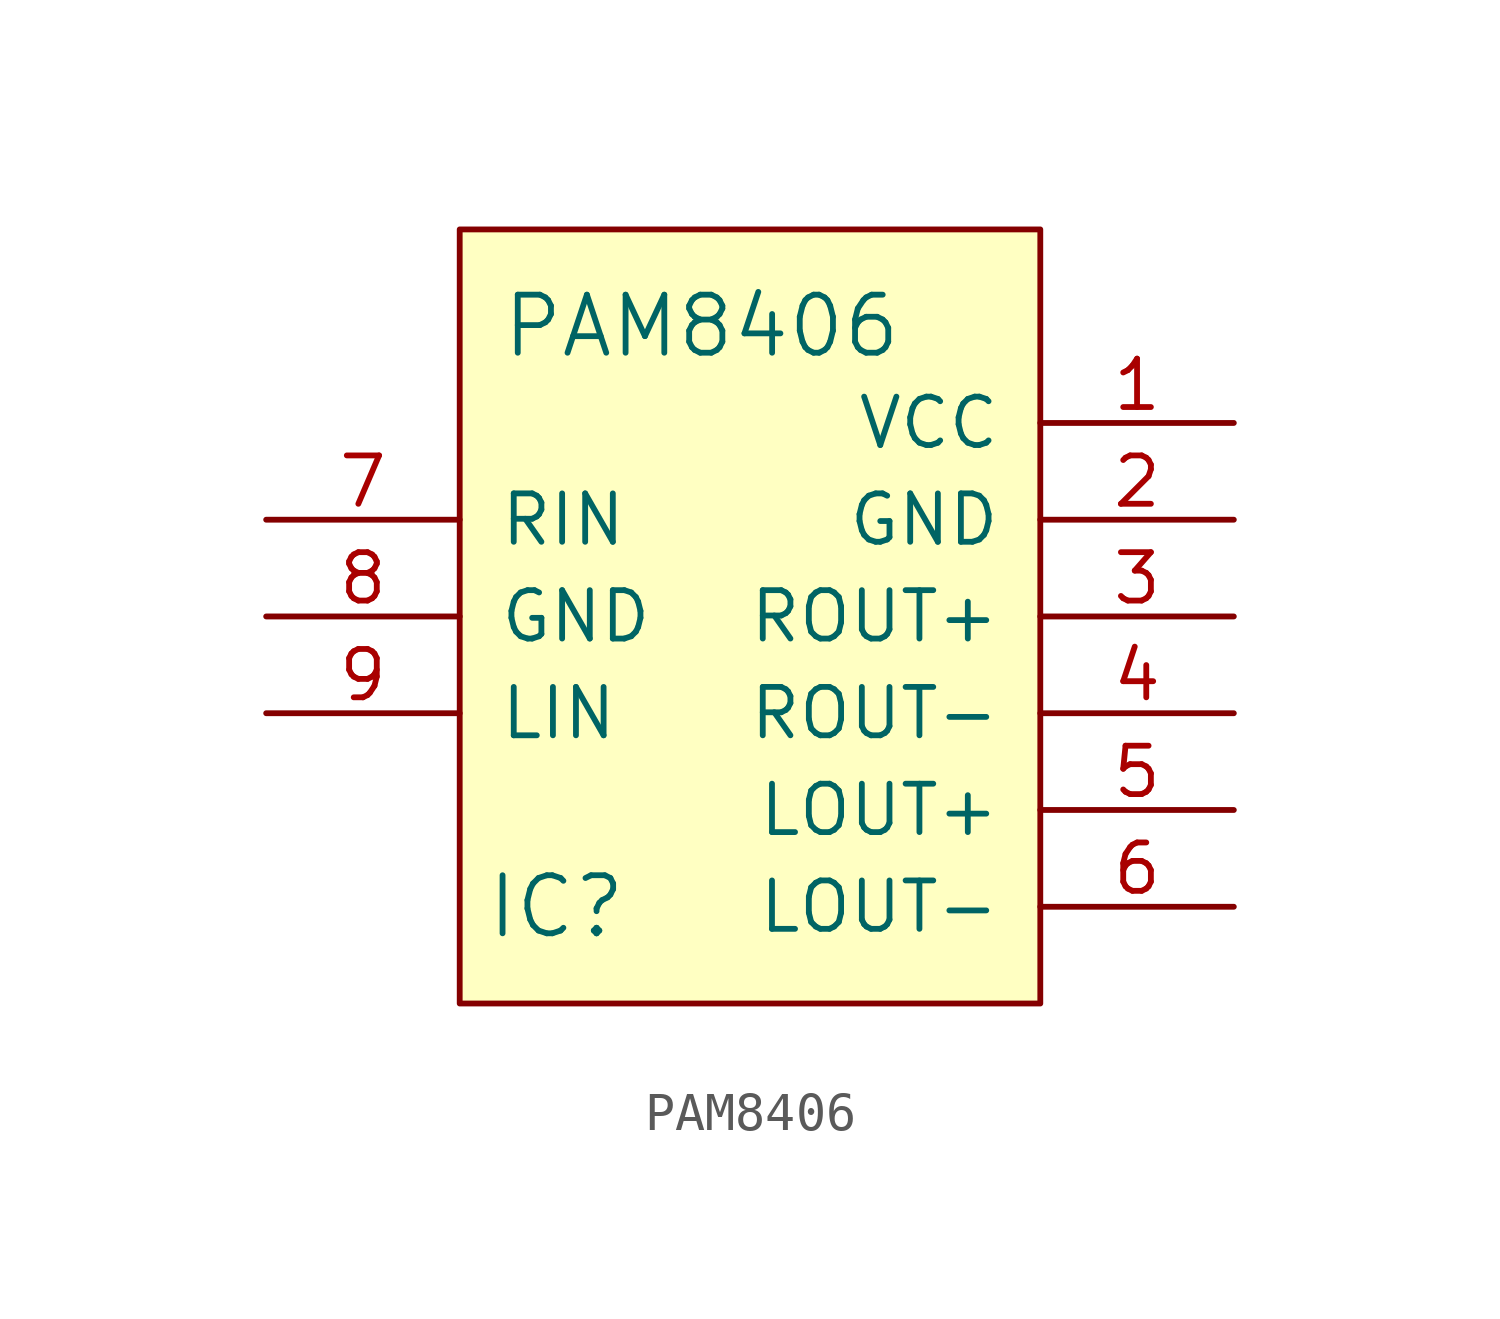
<source format=kicad_sym>
(kicad_symbol_lib
  (version 20231120)
  (generator "kicad_symbol_editor")
  (generator_version "8.0")
  (symbol "PAM8406"
    (pin_names
      (offset 1.016))
    (property "Reference" "IC"
      (at -5.08 -10.16 0)
      (effects (font (size 1.524 1.524))))
    (property "Value" "PAM8406"
      (at -1.27 5.08 0)
      (effects (font (size 1.524 1.524))))
    (symbol "PAM8406_0_1"
      (rectangle (start 7.62 -12.7) (end -7.62 7.62) (stroke (width 0) (type solid)) (fill (type background))))
    (symbol "PAM8406_1_0"
      (pin power_in line (at 12.7 0 180) (length 5.08) (name "GND" (effects (font (size 1.27 1.27)))) (number "2" (effects (font (size 1.27 1.27))))))
    (symbol "PAM8406_1_1"
      (pin power_in line (at 12.7 2.54 180) (length 5.08) (name "VCC" (effects (font (size 1.27 1.27)))) (number "1" (effects (font (size 1.27 1.27)))))
      (pin output line (at 12.7 -2.54 180) (length 5.08) (name "ROUT+" (effects (font (size 1.27 1.27)))) (number "3" (effects (font (size 1.27 1.27)))))
      (pin output line (at 12.7 -5.08 180) (length 5.08) (name "ROUT-" (effects (font (size 1.27 1.27)))) (number "4" (effects (font (size 1.27 1.27)))))
      (pin output line (at 12.7 -7.62 180) (length 5.08) (name "LOUT+" (effects (font (size 1.27 1.27)))) (number "5" (effects (font (size 1.27 1.27)))))
      (pin output line (at 12.7 -10.16 180) (length 5.08) (name "LOUT-" (effects (font (size 1.27 1.27)))) (number "6" (effects (font (size 1.27 1.27)))))
      (pin input line (at -12.7 0 0) (length 5.08) (name "RIN" (effects (font (size 1.27 1.27)))) (number "7" (effects (font (size 1.27 1.27)))))
      (pin power_in line (at -12.7 -2.54 0) (length 5.08) (name "GND" (effects (font (size 1.27 1.27)))) (number "8" (effects (font (size 1.27 1.27)))))
      (pin input line (at -12.7 -5.08 0) (length 5.08) (name "LIN" (effects (font (size 1.27 1.27)))) (number "9" (effects (font (size 1.27 1.27))))))))
</source>
